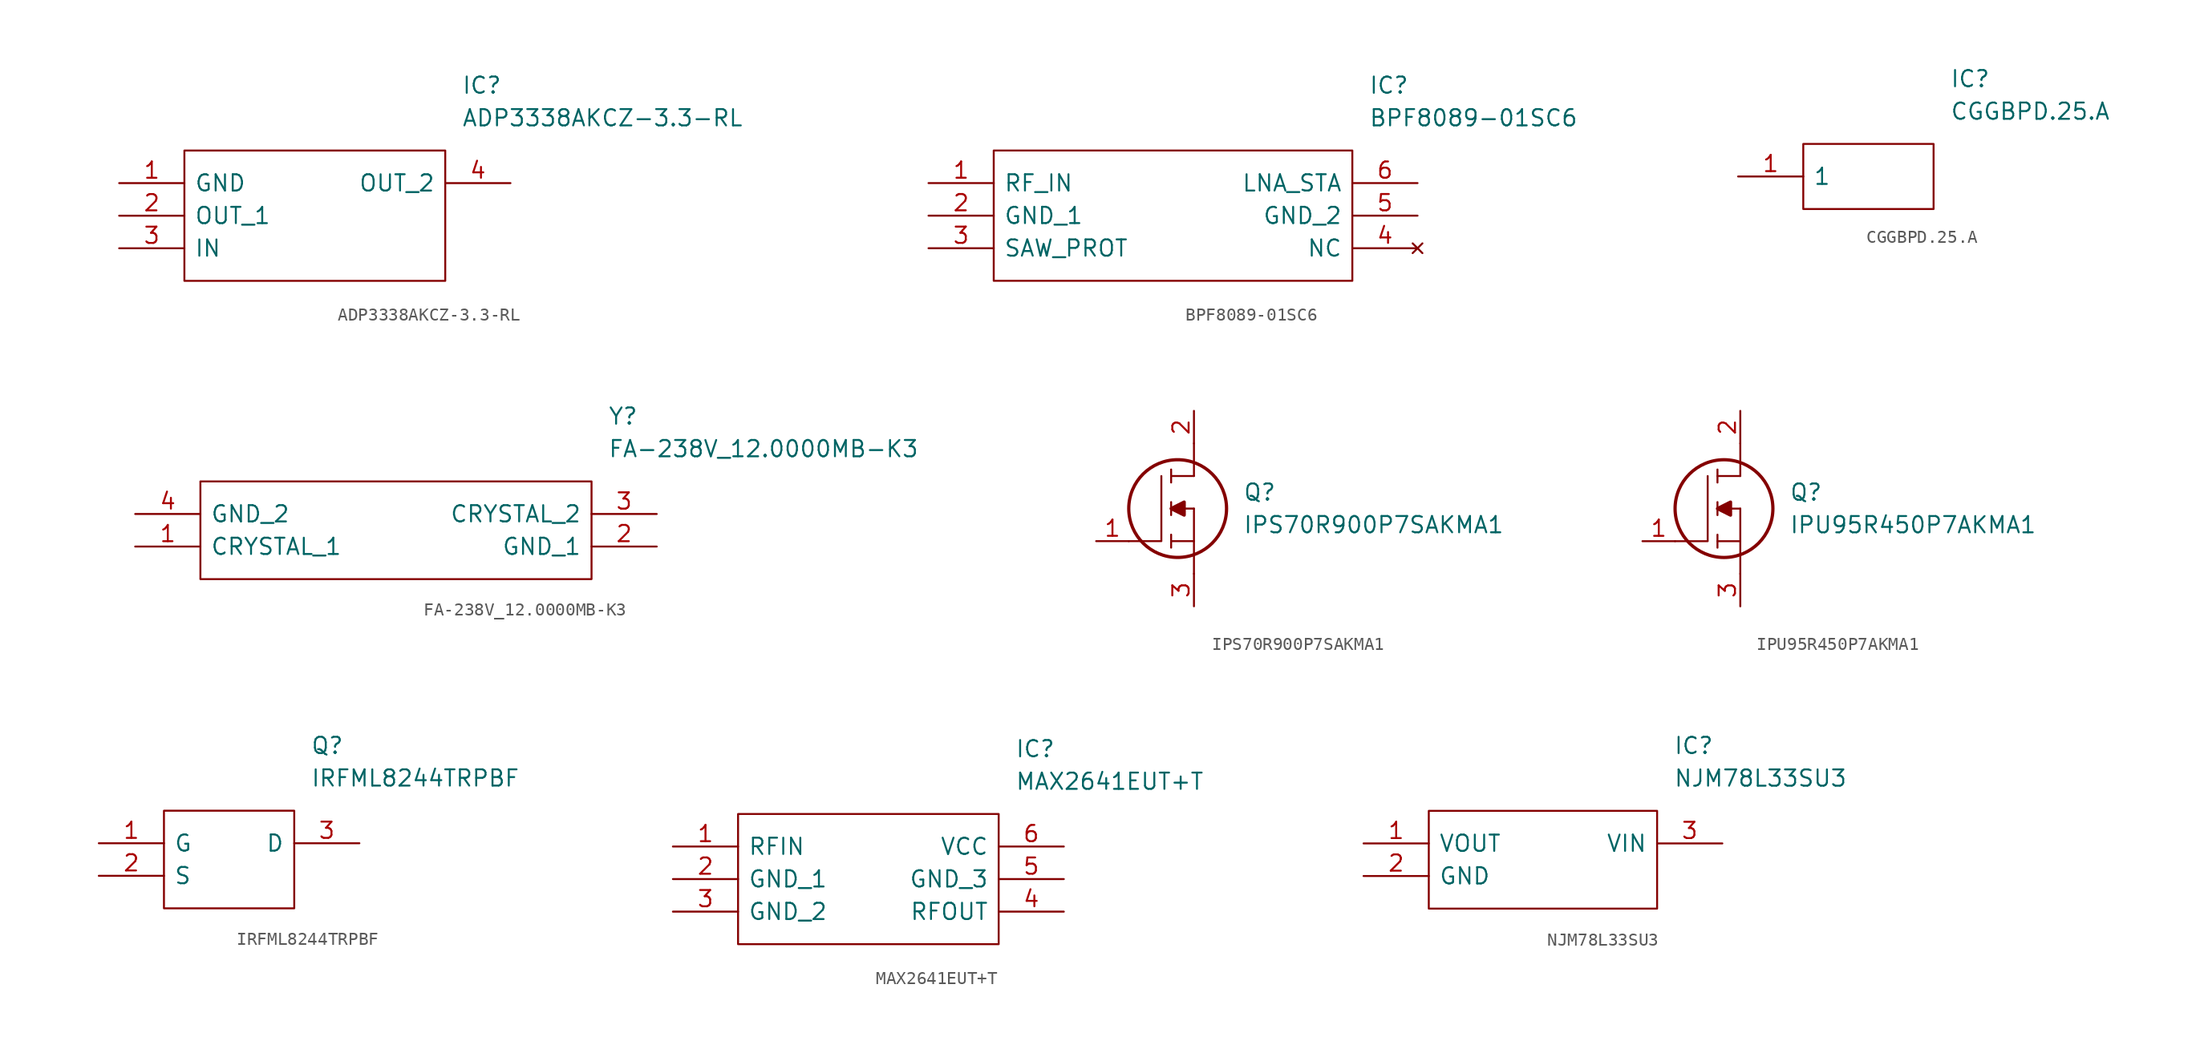
<source format=kicad_sym>
(kicad_symbol_lib
  (version 20211014)
  (generator kicad_symbol_editor)
  (symbol "ADP3338AKCZ-3.3-RL"
    (pin_names
      (offset 0.762))
    (property "Reference" "IC"
      (at 26.67 7.62 0)
      (effects (font (size 1.27 1.27)) (justify left)))
    (property "Value" "ADP3338AKCZ-3.3-RL"
      (at 26.67 5.08 0)
      (effects (font (size 1.27 1.27)) (justify left)))
    (symbol "ADP3338AKCZ-3.3-RL_0_0"
      (pin passive line (at 0 0 0) (length 5.08) (name "GND" (effects (font (size 1.27 1.27)))) (number "1" (effects (font (size 1.27 1.27)))))
      (pin passive line (at 0 -2.54 0) (length 5.08) (name "OUT_1" (effects (font (size 1.27 1.27)))) (number "2" (effects (font (size 1.27 1.27)))))
      (pin passive line (at 0 -5.08 0) (length 5.08) (name "IN" (effects (font (size 1.27 1.27)))) (number "3" (effects (font (size 1.27 1.27)))))
      (pin passive line (at 30.48 0 180) (length 5.08) (name "OUT_2" (effects (font (size 1.27 1.27)))) (number "4" (effects (font (size 1.27 1.27))))))
    (symbol "ADP3338AKCZ-3.3-RL_0_1"
      (polyline (pts (xy 5.08 2.54) (xy 25.4 2.54) (xy 25.4 -7.62) (xy 5.08 -7.62) (xy 5.08 2.54)) (stroke (width 0.152) (type default) (color 0 0 0 0)) (fill (type none)))))
  (symbol "BPF8089-01SC6"
    (pin_names
      (offset 0.762))
    (property "Reference" "IC"
      (at 34.29 7.62 0)
      (effects (font (size 1.27 1.27)) (justify left)))
    (property "Value" "BPF8089-01SC6"
      (at 34.29 5.08 0)
      (effects (font (size 1.27 1.27)) (justify left)))
    (symbol "BPF8089-01SC6_0_0"
      (pin passive line (at 0 0 0) (length 5.08) (name "RF_IN" (effects (font (size 1.27 1.27)))) (number "1" (effects (font (size 1.27 1.27)))))
      (pin passive line (at 0 -2.54 0) (length 5.08) (name "GND_1" (effects (font (size 1.27 1.27)))) (number "2" (effects (font (size 1.27 1.27)))))
      (pin passive line (at 0 -5.08 0) (length 5.08) (name "SAW_PROT" (effects (font (size 1.27 1.27)))) (number "3" (effects (font (size 1.27 1.27)))))
      (pin no_connect line (at 38.1 -5.08 180) (length 5.08) (name "NC" (effects (font (size 1.27 1.27)))) (number "4" (effects (font (size 1.27 1.27)))))
      (pin passive line (at 38.1 -2.54 180) (length 5.08) (name "GND_2" (effects (font (size 1.27 1.27)))) (number "5" (effects (font (size 1.27 1.27)))))
      (pin passive line (at 38.1 0 180) (length 5.08) (name "LNA_STA" (effects (font (size 1.27 1.27)))) (number "6" (effects (font (size 1.27 1.27))))))
    (symbol "BPF8089-01SC6_0_1"
      (polyline (pts (xy 5.08 2.54) (xy 33.02 2.54) (xy 33.02 -7.62) (xy 5.08 -7.62) (xy 5.08 2.54)) (stroke (width 0.152) (type default) (color 0 0 0 0)) (fill (type none)))))
  (symbol "CGGBPD.25.A"
    (pin_names
      (offset 0.762))
    (property "Reference" "IC"
      (at 16.51 7.62 0)
      (effects (font (size 1.27 1.27)) (justify left)))
    (property "Value" "CGGBPD.25.A"
      (at 16.51 5.08 0)
      (effects (font (size 1.27 1.27)) (justify left)))
    (symbol "CGGBPD.25.A_0_0"
      (pin passive line (at 0 0 0) (length 5.08) (name "1" (effects (font (size 1.27 1.27)))) (number "1" (effects (font (size 1.27 1.27))))))
    (symbol "CGGBPD.25.A_0_1"
      (polyline (pts (xy 5.08 2.54) (xy 15.24 2.54) (xy 15.24 -2.54) (xy 5.08 -2.54) (xy 5.08 2.54)) (stroke (width 0.152) (type default) (color 0 0 0 0)) (fill (type none)))))
  (symbol "FA-238V_12.0000MB-K3"
    (pin_names
      (offset 0.762))
    (property "Reference" "Y"
      (at 36.83 7.62 0)
      (effects (font (size 1.27 1.27)) (justify left)))
    (property "Value" "FA-238V_12.0000MB-K3"
      (at 36.83 5.08 0)
      (effects (font (size 1.27 1.27)) (justify left)))
    (symbol "FA-238V_12.0000MB-K3_0_0"
      (pin passive line (at 0 -2.54 0) (length 5.08) (name "CRYSTAL_1" (effects (font (size 1.27 1.27)))) (number "1" (effects (font (size 1.27 1.27)))))
      (pin passive line (at 40.64 -2.54 180) (length 5.08) (name "GND_1" (effects (font (size 1.27 1.27)))) (number "2" (effects (font (size 1.27 1.27)))))
      (pin passive line (at 40.64 0 180) (length 5.08) (name "CRYSTAL_2" (effects (font (size 1.27 1.27)))) (number "3" (effects (font (size 1.27 1.27)))))
      (pin passive line (at 0 0 0) (length 5.08) (name "GND_2" (effects (font (size 1.27 1.27)))) (number "4" (effects (font (size 1.27 1.27))))))
    (symbol "FA-238V_12.0000MB-K3_0_1"
      (polyline (pts (xy 5.08 2.54) (xy 35.56 2.54) (xy 35.56 -5.08) (xy 5.08 -5.08) (xy 5.08 2.54)) (stroke (width 0.152) (type default) (color 0 0 0 0)) (fill (type none)))))
  (symbol "IPS70R900P7SAKMA1"
    (pin_names
      (offset 0.762))
    (property "Reference" "Q"
      (at 11.43 3.81 0)
      (effects (font (size 1.27 1.27)) (justify left)))
    (property "Value" "IPS70R900P7SAKMA1"
      (at 11.43 1.27 0)
      (effects (font (size 1.27 1.27)) (justify left)))
    (symbol "IPS70R900P7SAKMA1_0_0"
      (pin passive line (at 0 0 0) (length 2.54) (name "~" (effects (font (size 1.27 1.27)))) (number "1" (effects (font (size 1.27 1.27)))))
      (pin passive line (at 7.62 10.16 270) (length 2.54) (name "~" (effects (font (size 1.27 1.27)))) (number "2" (effects (font (size 1.27 1.27)))))
      (pin passive line (at 7.62 -5.08 90) (length 2.54) (name "~" (effects (font (size 1.27 1.27)))) (number "3" (effects (font (size 1.27 1.27))))))
    (symbol "IPS70R900P7SAKMA1_0_1"
      (polyline (pts (xy 5.842 -0.508) (xy 5.842 0.508)) (stroke (width 0.152) (type default) (color 0 0 0 0)) (fill (type none)))
      (polyline (pts (xy 5.842 0) (xy 7.62 0)) (stroke (width 0.152) (type default) (color 0 0 0 0)) (fill (type none)))
      (polyline (pts (xy 5.842 2.032) (xy 5.842 3.048)) (stroke (width 0.152) (type default) (color 0 0 0 0)) (fill (type none)))
      (polyline (pts (xy 5.842 5.588) (xy 5.842 4.572)) (stroke (width 0.152) (type default) (color 0 0 0 0)) (fill (type none)))
      (polyline (pts (xy 7.62 2.54) (xy 5.842 2.54)) (stroke (width 0.152) (type default) (color 0 0 0 0)) (fill (type none)))
      (polyline (pts (xy 7.62 2.54) (xy 7.62 -2.54)) (stroke (width 0.152) (type default) (color 0 0 0 0)) (fill (type none)))
      (polyline (pts (xy 7.62 5.08) (xy 5.842 5.08)) (stroke (width 0.152) (type default) (color 0 0 0 0)) (fill (type none)))
      (polyline (pts (xy 7.62 5.08) (xy 7.62 7.62)) (stroke (width 0.152) (type default) (color 0 0 0 0)) (fill (type none)))
      (polyline (pts (xy 2.54 0) (xy 5.08 0) (xy 5.08 5.08)) (stroke (width 0.152) (type default) (color 0 0 0 0)) (fill (type none)))
      (polyline (pts (xy 5.842 2.54) (xy 6.858 3.048) (xy 6.858 2.032) (xy 5.842 2.54)) (stroke (width 0.254) (type default) (color 0 0 0 0)) (fill (type outline)))
      (circle (center 6.35 2.54) (radius 3.81) (stroke (width 0.254) (type default) (color 0 0 0 0)) (fill (type none)))))
  (symbol "IPU95R450P7AKMA1"
    (pin_names
      (offset 0.762))
    (property "Reference" "Q"
      (at 11.43 3.81 0)
      (effects (font (size 1.27 1.27)) (justify left)))
    (property "Value" "IPU95R450P7AKMA1"
      (at 11.43 1.27 0)
      (effects (font (size 1.27 1.27)) (justify left)))
    (symbol "IPU95R450P7AKMA1_0_0"
      (pin passive line (at 0 0 0) (length 2.54) (name "~" (effects (font (size 1.27 1.27)))) (number "1" (effects (font (size 1.27 1.27)))))
      (pin passive line (at 7.62 10.16 270) (length 2.54) (name "~" (effects (font (size 1.27 1.27)))) (number "2" (effects (font (size 1.27 1.27)))))
      (pin passive line (at 7.62 -5.08 90) (length 2.54) (name "~" (effects (font (size 1.27 1.27)))) (number "3" (effects (font (size 1.27 1.27))))))
    (symbol "IPU95R450P7AKMA1_0_1"
      (polyline (pts (xy 5.842 -0.508) (xy 5.842 0.508)) (stroke (width 0.152) (type default) (color 0 0 0 0)) (fill (type none)))
      (polyline (pts (xy 5.842 0) (xy 7.62 0)) (stroke (width 0.152) (type default) (color 0 0 0 0)) (fill (type none)))
      (polyline (pts (xy 5.842 2.032) (xy 5.842 3.048)) (stroke (width 0.152) (type default) (color 0 0 0 0)) (fill (type none)))
      (polyline (pts (xy 5.842 5.588) (xy 5.842 4.572)) (stroke (width 0.152) (type default) (color 0 0 0 0)) (fill (type none)))
      (polyline (pts (xy 7.62 2.54) (xy 5.842 2.54)) (stroke (width 0.152) (type default) (color 0 0 0 0)) (fill (type none)))
      (polyline (pts (xy 7.62 2.54) (xy 7.62 -2.54)) (stroke (width 0.152) (type default) (color 0 0 0 0)) (fill (type none)))
      (polyline (pts (xy 7.62 5.08) (xy 5.842 5.08)) (stroke (width 0.152) (type default) (color 0 0 0 0)) (fill (type none)))
      (polyline (pts (xy 7.62 5.08) (xy 7.62 7.62)) (stroke (width 0.152) (type default) (color 0 0 0 0)) (fill (type none)))
      (polyline (pts (xy 2.54 0) (xy 5.08 0) (xy 5.08 5.08)) (stroke (width 0.152) (type default) (color 0 0 0 0)) (fill (type none)))
      (polyline (pts (xy 5.842 2.54) (xy 6.858 3.048) (xy 6.858 2.032) (xy 5.842 2.54)) (stroke (width 0.254) (type default) (color 0 0 0 0)) (fill (type outline)))
      (circle (center 6.35 2.54) (radius 3.81) (stroke (width 0.254) (type default) (color 0 0 0 0)) (fill (type none)))))
  (symbol "IRFML8244TRPBF"
    (pin_names
      (offset 0.762))
    (property "Reference" "Q"
      (at 16.51 7.62 0)
      (effects (font (size 1.27 1.27)) (justify left)))
    (property "Value" "IRFML8244TRPBF"
      (at 16.51 5.08 0)
      (effects (font (size 1.27 1.27)) (justify left)))
    (symbol "IRFML8244TRPBF_0_0"
      (pin passive line (at 0 0 0) (length 5.08) (name "G" (effects (font (size 1.27 1.27)))) (number "1" (effects (font (size 1.27 1.27)))))
      (pin passive line (at 0 -2.54 0) (length 5.08) (name "S" (effects (font (size 1.27 1.27)))) (number "2" (effects (font (size 1.27 1.27)))))
      (pin passive line (at 20.32 0 180) (length 5.08) (name "D" (effects (font (size 1.27 1.27)))) (number "3" (effects (font (size 1.27 1.27))))))
    (symbol "IRFML8244TRPBF_0_1"
      (polyline (pts (xy 5.08 2.54) (xy 15.24 2.54) (xy 15.24 -5.08) (xy 5.08 -5.08) (xy 5.08 2.54)) (stroke (width 0.152) (type default) (color 0 0 0 0)) (fill (type none)))))
  (symbol "MAX2641EUT+T"
    (pin_names
      (offset 0.762))
    (property "Reference" "IC"
      (at 26.67 7.62 0)
      (effects (font (size 1.27 1.27)) (justify left)))
    (property "Value" "MAX2641EUT+T"
      (at 26.67 5.08 0)
      (effects (font (size 1.27 1.27)) (justify left)))
    (symbol "MAX2641EUT+T_0_0"
      (pin passive line (at 0 0 0) (length 5.08) (name "RFIN" (effects (font (size 1.27 1.27)))) (number "1" (effects (font (size 1.27 1.27)))))
      (pin passive line (at 0 -2.54 0) (length 5.08) (name "GND_1" (effects (font (size 1.27 1.27)))) (number "2" (effects (font (size 1.27 1.27)))))
      (pin passive line (at 0 -5.08 0) (length 5.08) (name "GND_2" (effects (font (size 1.27 1.27)))) (number "3" (effects (font (size 1.27 1.27)))))
      (pin passive line (at 30.48 -5.08 180) (length 5.08) (name "RFOUT" (effects (font (size 1.27 1.27)))) (number "4" (effects (font (size 1.27 1.27)))))
      (pin passive line (at 30.48 -2.54 180) (length 5.08) (name "GND_3" (effects (font (size 1.27 1.27)))) (number "5" (effects (font (size 1.27 1.27)))))
      (pin passive line (at 30.48 0 180) (length 5.08) (name "VCC" (effects (font (size 1.27 1.27)))) (number "6" (effects (font (size 1.27 1.27))))))
    (symbol "MAX2641EUT+T_0_1"
      (polyline (pts (xy 5.08 2.54) (xy 25.4 2.54) (xy 25.4 -7.62) (xy 5.08 -7.62) (xy 5.08 2.54)) (stroke (width 0.152) (type default) (color 0 0 0 0)) (fill (type none)))))
  (symbol "NJM78L33SU3"
    (pin_names
      (offset 0.762))
    (property "Reference" "IC"
      (at 24.13 7.62 0)
      (effects (font (size 1.27 1.27)) (justify left)))
    (property "Value" "NJM78L33SU3"
      (at 24.13 5.08 0)
      (effects (font (size 1.27 1.27)) (justify left)))
    (symbol "NJM78L33SU3_0_0"
      (pin passive line (at 0 0 0) (length 5.08) (name "VOUT" (effects (font (size 1.27 1.27)))) (number "1" (effects (font (size 1.27 1.27)))))
      (pin passive line (at 0 -2.54 0) (length 5.08) (name "GND" (effects (font (size 1.27 1.27)))) (number "2" (effects (font (size 1.27 1.27)))))
      (pin passive line (at 27.94 0 180) (length 5.08) (name "VIN" (effects (font (size 1.27 1.27)))) (number "3" (effects (font (size 1.27 1.27))))))
    (symbol "NJM78L33SU3_0_1"
      (polyline (pts (xy 5.08 2.54) (xy 22.86 2.54) (xy 22.86 -5.08) (xy 5.08 -5.08) (xy 5.08 2.54)) (stroke (width 0.152) (type default) (color 0 0 0 0)) (fill (type none))))))
</source>
